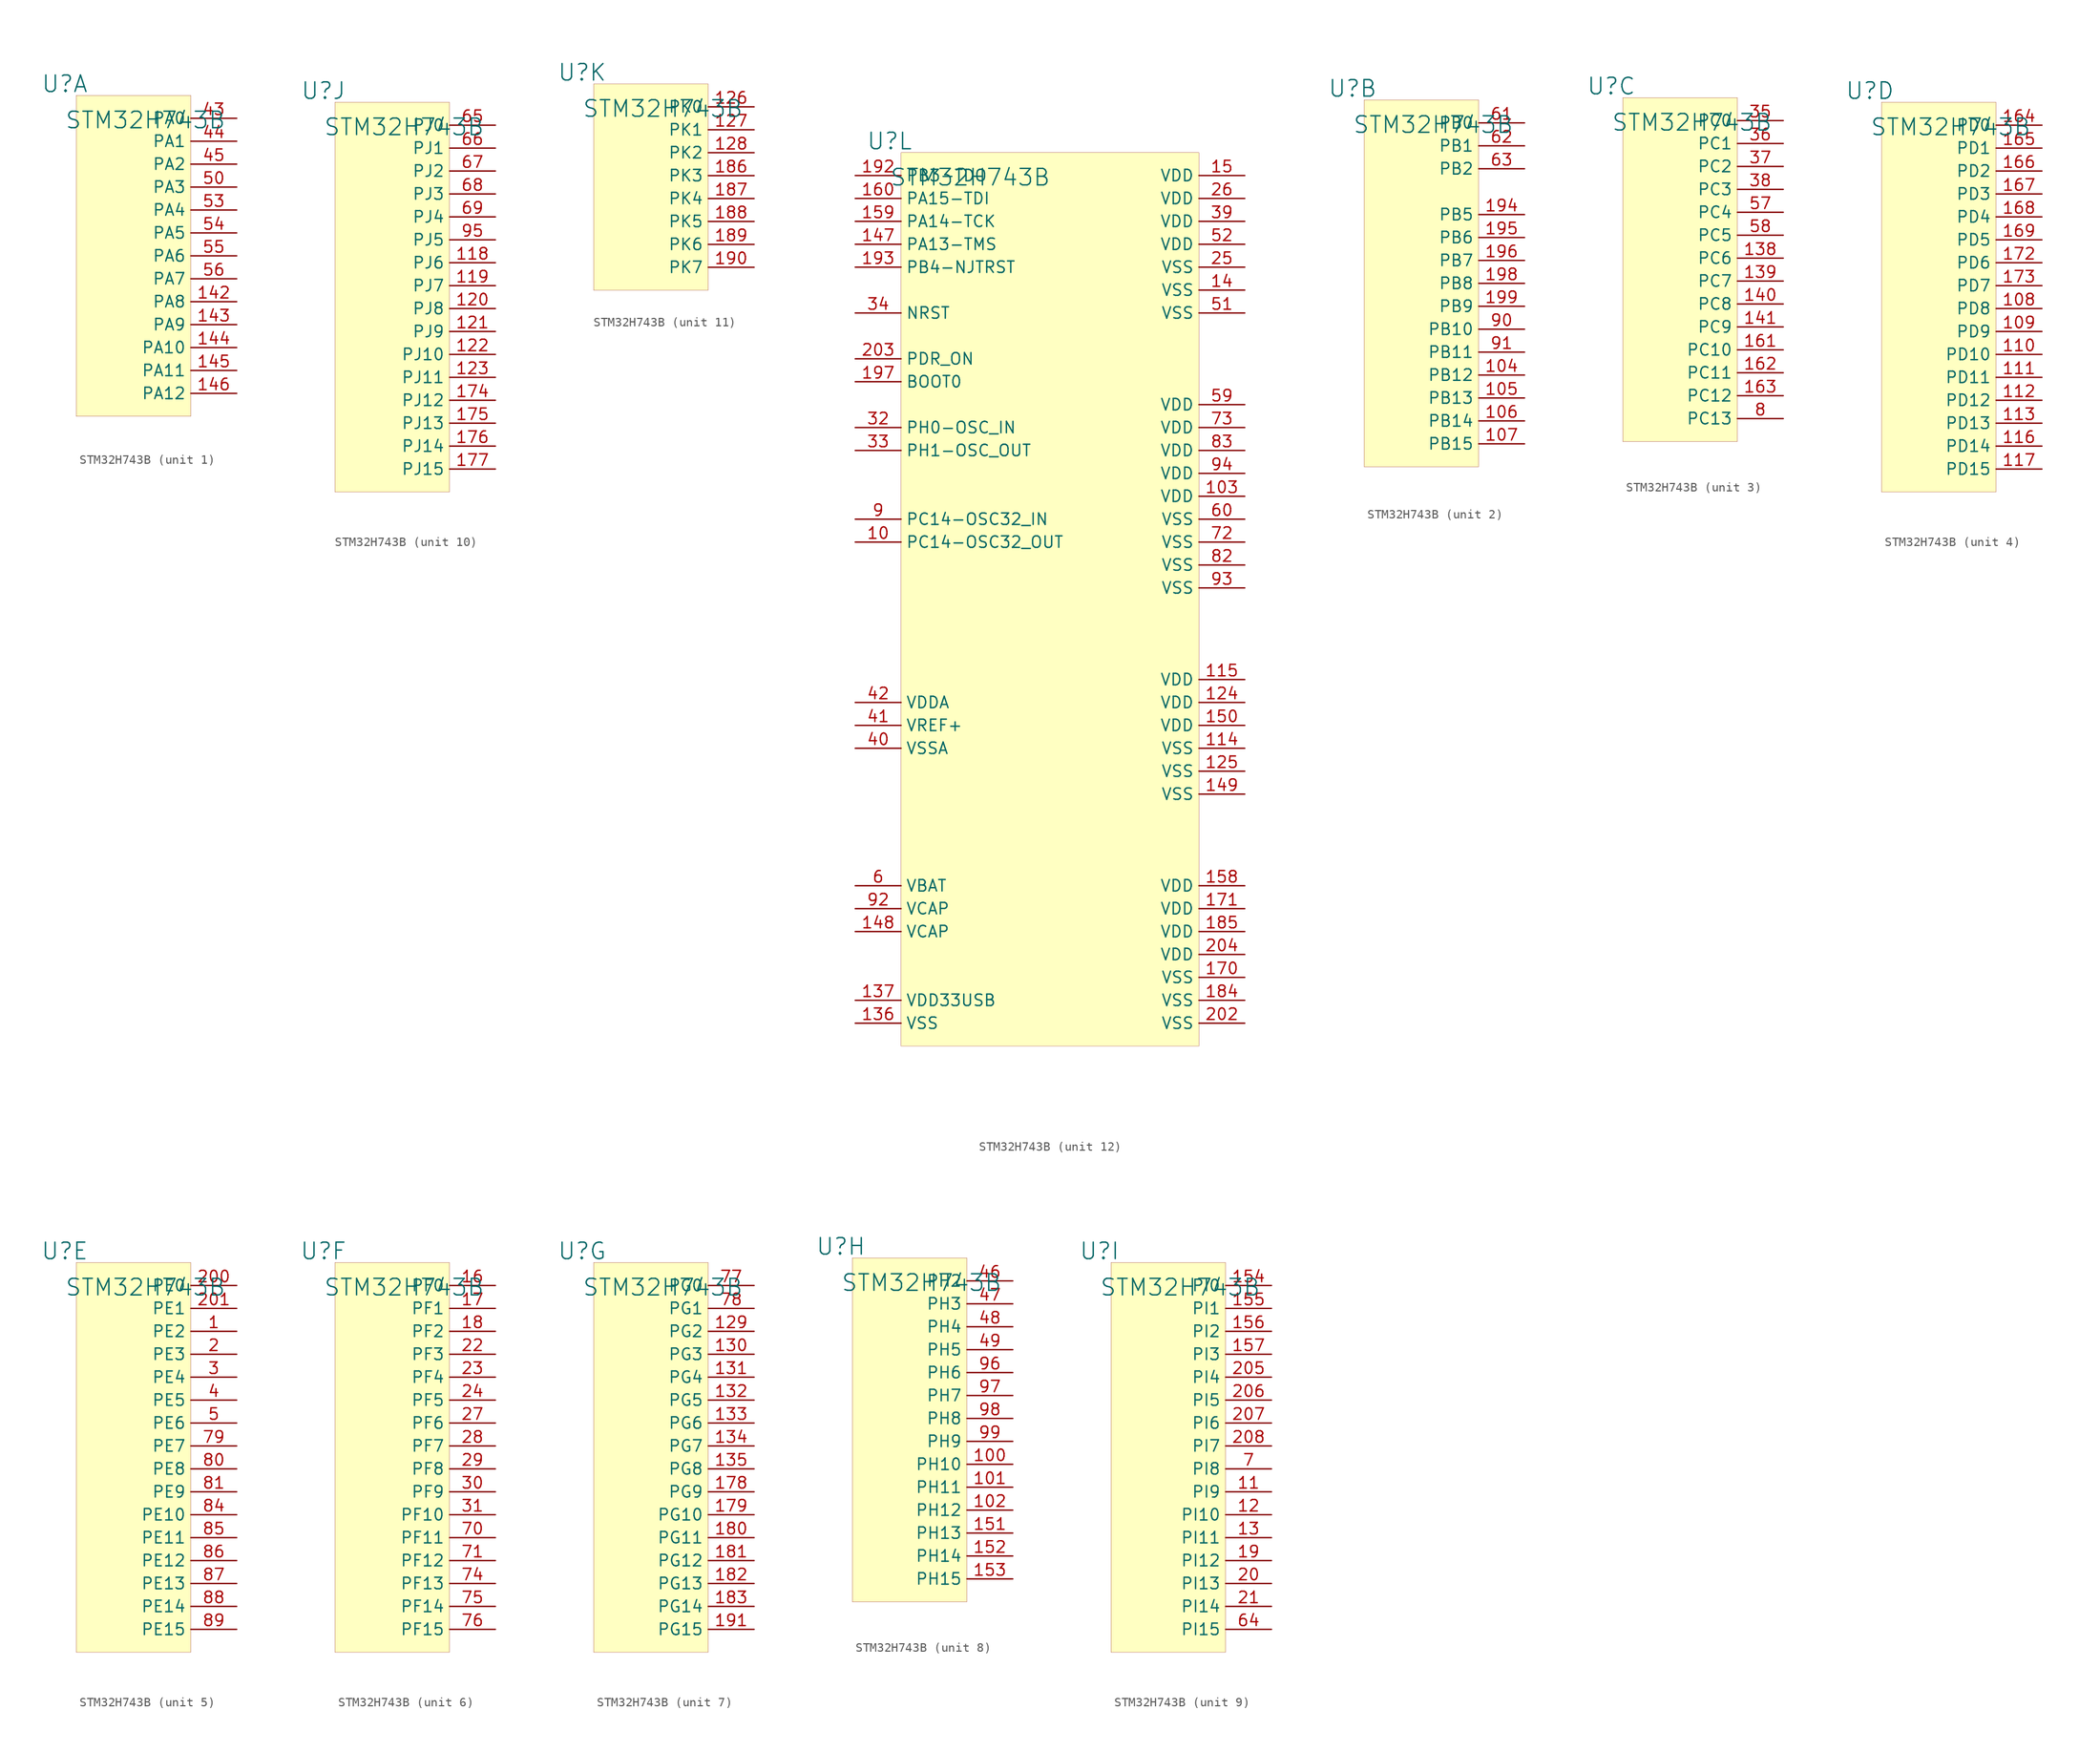
<source format=kicad_sym>
(kicad_symbol_lib
  (version 20231120)
  (generator "kicad_symbol_editor")
  (generator_version "8.0")
  (symbol "STM32H743B"
    (property "Reference" "U"
      (at -1.27 1.27 0)
      (effects (font (size 1.829 1.829))))
    (property "Value" "STM32H743B"
      (at -1.27 -3.81 0)
      (effects (font (size 1.829 1.829)) (justify left bottom)))
    (symbol "STM32H743B_1_0"
      (rectangle (start 12.7 0) (end 0 -35.56) (stroke (width 0.025) (type solid) (color 128 0 0 1)) (fill (type background)))
      (pin passive line (at 17.78 -22.86 180) (length 5.08) (name "PA8" (effects (font (size 1.27 1.27)))) (number "142" (effects (font (size 1.27 1.27)))))
      (pin passive line (at 17.78 -25.4 180) (length 5.08) (name "PA9" (effects (font (size 1.27 1.27)))) (number "143" (effects (font (size 1.27 1.27)))))
      (pin passive line (at 17.78 -27.94 180) (length 5.08) (name "PA10" (effects (font (size 1.27 1.27)))) (number "144" (effects (font (size 1.27 1.27)))))
      (pin passive line (at 17.78 -30.48 180) (length 5.08) (name "PA11" (effects (font (size 1.27 1.27)))) (number "145" (effects (font (size 1.27 1.27)))))
      (pin passive line (at 17.78 -33.02 180) (length 5.08) (name "PA12" (effects (font (size 1.27 1.27)))) (number "146" (effects (font (size 1.27 1.27)))))
      (pin passive line (at 17.78 -2.54 180) (length 5.08) (name "PA0" (effects (font (size 1.27 1.27)))) (number "43" (effects (font (size 1.27 1.27)))))
      (pin passive line (at 17.78 -5.08 180) (length 5.08) (name "PA1" (effects (font (size 1.27 1.27)))) (number "44" (effects (font (size 1.27 1.27)))))
      (pin passive line (at 17.78 -7.62 180) (length 5.08) (name "PA2" (effects (font (size 1.27 1.27)))) (number "45" (effects (font (size 1.27 1.27)))))
      (pin passive line (at 17.78 -10.16 180) (length 5.08) (name "PA3" (effects (font (size 1.27 1.27)))) (number "50" (effects (font (size 1.27 1.27)))))
      (pin passive line (at 17.78 -12.7 180) (length 5.08) (name "PA4" (effects (font (size 1.27 1.27)))) (number "53" (effects (font (size 1.27 1.27)))))
      (pin passive line (at 17.78 -15.24 180) (length 5.08) (name "PA5" (effects (font (size 1.27 1.27)))) (number "54" (effects (font (size 1.27 1.27)))))
      (pin passive line (at 17.78 -17.78 180) (length 5.08) (name "PA6" (effects (font (size 1.27 1.27)))) (number "55" (effects (font (size 1.27 1.27)))))
      (pin passive line (at 17.78 -20.32 180) (length 5.08) (name "PA7" (effects (font (size 1.27 1.27)))) (number "56" (effects (font (size 1.27 1.27))))))
    (symbol "STM32H743B_2_0"
      (rectangle (start 12.7 0) (end 0 -40.64) (stroke (width 0.025) (type solid) (color 128 0 0 1)) (fill (type background)))
      (pin passive line (at 17.78 -30.48 180) (length 5.08) (name "PB12" (effects (font (size 1.27 1.27)))) (number "104" (effects (font (size 1.27 1.27)))))
      (pin passive line (at 17.78 -33.02 180) (length 5.08) (name "PB13" (effects (font (size 1.27 1.27)))) (number "105" (effects (font (size 1.27 1.27)))))
      (pin passive line (at 17.78 -35.56 180) (length 5.08) (name "PB14" (effects (font (size 1.27 1.27)))) (number "106" (effects (font (size 1.27 1.27)))))
      (pin passive line (at 17.78 -38.1 180) (length 5.08) (name "PB15" (effects (font (size 1.27 1.27)))) (number "107" (effects (font (size 1.27 1.27)))))
      (pin passive line (at 17.78 -12.7 180) (length 5.08) (name "PB5" (effects (font (size 1.27 1.27)))) (number "194" (effects (font (size 1.27 1.27)))))
      (pin passive line (at 17.78 -15.24 180) (length 5.08) (name "PB6" (effects (font (size 1.27 1.27)))) (number "195" (effects (font (size 1.27 1.27)))))
      (pin passive line (at 17.78 -17.78 180) (length 5.08) (name "PB7" (effects (font (size 1.27 1.27)))) (number "196" (effects (font (size 1.27 1.27)))))
      (pin passive line (at 17.78 -20.32 180) (length 5.08) (name "PB8" (effects (font (size 1.27 1.27)))) (number "198" (effects (font (size 1.27 1.27)))))
      (pin passive line (at 17.78 -22.86 180) (length 5.08) (name "PB9" (effects (font (size 1.27 1.27)))) (number "199" (effects (font (size 1.27 1.27)))))
      (pin passive line (at 17.78 -2.54 180) (length 5.08) (name "PB0" (effects (font (size 1.27 1.27)))) (number "61" (effects (font (size 1.27 1.27)))))
      (pin passive line (at 17.78 -5.08 180) (length 5.08) (name "PB1" (effects (font (size 1.27 1.27)))) (number "62" (effects (font (size 1.27 1.27)))))
      (pin passive line (at 17.78 -7.62 180) (length 5.08) (name "PB2" (effects (font (size 1.27 1.27)))) (number "63" (effects (font (size 1.27 1.27)))))
      (pin passive line (at 17.78 -25.4 180) (length 5.08) (name "PB10" (effects (font (size 1.27 1.27)))) (number "90" (effects (font (size 1.27 1.27)))))
      (pin passive line (at 17.78 -27.94 180) (length 5.08) (name "PB11" (effects (font (size 1.27 1.27)))) (number "91" (effects (font (size 1.27 1.27))))))
    (symbol "STM32H743B_3_0"
      (rectangle (start 12.7 0) (end 0 -38.1) (stroke (width 0.025) (type solid) (color 128 0 0 1)) (fill (type background)))
      (pin passive line (at 17.78 -17.78 180) (length 5.08) (name "PC6" (effects (font (size 1.27 1.27)))) (number "138" (effects (font (size 1.27 1.27)))))
      (pin passive line (at 17.78 -20.32 180) (length 5.08) (name "PC7" (effects (font (size 1.27 1.27)))) (number "139" (effects (font (size 1.27 1.27)))))
      (pin passive line (at 17.78 -22.86 180) (length 5.08) (name "PC8" (effects (font (size 1.27 1.27)))) (number "140" (effects (font (size 1.27 1.27)))))
      (pin passive line (at 17.78 -25.4 180) (length 5.08) (name "PC9" (effects (font (size 1.27 1.27)))) (number "141" (effects (font (size 1.27 1.27)))))
      (pin passive line (at 17.78 -27.94 180) (length 5.08) (name "PC10" (effects (font (size 1.27 1.27)))) (number "161" (effects (font (size 1.27 1.27)))))
      (pin passive line (at 17.78 -30.48 180) (length 5.08) (name "PC11" (effects (font (size 1.27 1.27)))) (number "162" (effects (font (size 1.27 1.27)))))
      (pin passive line (at 17.78 -33.02 180) (length 5.08) (name "PC12" (effects (font (size 1.27 1.27)))) (number "163" (effects (font (size 1.27 1.27)))))
      (pin passive line (at 17.78 -2.54 180) (length 5.08) (name "PC0" (effects (font (size 1.27 1.27)))) (number "35" (effects (font (size 1.27 1.27)))))
      (pin passive line (at 17.78 -5.08 180) (length 5.08) (name "PC1" (effects (font (size 1.27 1.27)))) (number "36" (effects (font (size 1.27 1.27)))))
      (pin passive line (at 17.78 -7.62 180) (length 5.08) (name "PC2" (effects (font (size 1.27 1.27)))) (number "37" (effects (font (size 1.27 1.27)))))
      (pin passive line (at 17.78 -10.16 180) (length 5.08) (name "PC3" (effects (font (size 1.27 1.27)))) (number "38" (effects (font (size 1.27 1.27)))))
      (pin passive line (at 17.78 -12.7 180) (length 5.08) (name "PC4" (effects (font (size 1.27 1.27)))) (number "57" (effects (font (size 1.27 1.27)))))
      (pin passive line (at 17.78 -15.24 180) (length 5.08) (name "PC5" (effects (font (size 1.27 1.27)))) (number "58" (effects (font (size 1.27 1.27)))))
      (pin passive line (at 17.78 -35.56 180) (length 5.08) (name "PC13" (effects (font (size 1.27 1.27)))) (number "8" (effects (font (size 1.27 1.27))))))
    (symbol "STM32H743B_4_0"
      (rectangle (start 12.7 0) (end 0 -43.18) (stroke (width 0.025) (type solid) (color 128 0 0 1)) (fill (type background)))
      (pin passive line (at 17.78 -22.86 180) (length 5.08) (name "PD8" (effects (font (size 1.27 1.27)))) (number "108" (effects (font (size 1.27 1.27)))))
      (pin passive line (at 17.78 -25.4 180) (length 5.08) (name "PD9" (effects (font (size 1.27 1.27)))) (number "109" (effects (font (size 1.27 1.27)))))
      (pin passive line (at 17.78 -27.94 180) (length 5.08) (name "PD10" (effects (font (size 1.27 1.27)))) (number "110" (effects (font (size 1.27 1.27)))))
      (pin passive line (at 17.78 -30.48 180) (length 5.08) (name "PD11" (effects (font (size 1.27 1.27)))) (number "111" (effects (font (size 1.27 1.27)))))
      (pin passive line (at 17.78 -33.02 180) (length 5.08) (name "PD12" (effects (font (size 1.27 1.27)))) (number "112" (effects (font (size 1.27 1.27)))))
      (pin passive line (at 17.78 -35.56 180) (length 5.08) (name "PD13" (effects (font (size 1.27 1.27)))) (number "113" (effects (font (size 1.27 1.27)))))
      (pin passive line (at 17.78 -38.1 180) (length 5.08) (name "PD14" (effects (font (size 1.27 1.27)))) (number "116" (effects (font (size 1.27 1.27)))))
      (pin passive line (at 17.78 -40.64 180) (length 5.08) (name "PD15" (effects (font (size 1.27 1.27)))) (number "117" (effects (font (size 1.27 1.27)))))
      (pin passive line (at 17.78 -2.54 180) (length 5.08) (name "PD0" (effects (font (size 1.27 1.27)))) (number "164" (effects (font (size 1.27 1.27)))))
      (pin passive line (at 17.78 -5.08 180) (length 5.08) (name "PD1" (effects (font (size 1.27 1.27)))) (number "165" (effects (font (size 1.27 1.27)))))
      (pin passive line (at 17.78 -7.62 180) (length 5.08) (name "PD2" (effects (font (size 1.27 1.27)))) (number "166" (effects (font (size 1.27 1.27)))))
      (pin passive line (at 17.78 -10.16 180) (length 5.08) (name "PD3" (effects (font (size 1.27 1.27)))) (number "167" (effects (font (size 1.27 1.27)))))
      (pin passive line (at 17.78 -12.7 180) (length 5.08) (name "PD4" (effects (font (size 1.27 1.27)))) (number "168" (effects (font (size 1.27 1.27)))))
      (pin passive line (at 17.78 -15.24 180) (length 5.08) (name "PD5" (effects (font (size 1.27 1.27)))) (number "169" (effects (font (size 1.27 1.27)))))
      (pin passive line (at 17.78 -17.78 180) (length 5.08) (name "PD6" (effects (font (size 1.27 1.27)))) (number "172" (effects (font (size 1.27 1.27)))))
      (pin passive line (at 17.78 -20.32 180) (length 5.08) (name "PD7" (effects (font (size 1.27 1.27)))) (number "173" (effects (font (size 1.27 1.27))))))
    (symbol "STM32H743B_5_0"
      (rectangle (start 12.7 0) (end 0 -43.18) (stroke (width 0.025) (type solid) (color 128 0 0 1)) (fill (type background)))
      (pin passive line (at 17.78 -7.62 180) (length 5.08) (name "PE2" (effects (font (size 1.27 1.27)))) (number "1" (effects (font (size 1.27 1.27)))))
      (pin passive line (at 17.78 -10.16 180) (length 5.08) (name "PE3" (effects (font (size 1.27 1.27)))) (number "2" (effects (font (size 1.27 1.27)))))
      (pin passive line (at 17.78 -2.54 180) (length 5.08) (name "PE0" (effects (font (size 1.27 1.27)))) (number "200" (effects (font (size 1.27 1.27)))))
      (pin passive line (at 17.78 -5.08 180) (length 5.08) (name "PE1" (effects (font (size 1.27 1.27)))) (number "201" (effects (font (size 1.27 1.27)))))
      (pin passive line (at 17.78 -12.7 180) (length 5.08) (name "PE4" (effects (font (size 1.27 1.27)))) (number "3" (effects (font (size 1.27 1.27)))))
      (pin passive line (at 17.78 -15.24 180) (length 5.08) (name "PE5" (effects (font (size 1.27 1.27)))) (number "4" (effects (font (size 1.27 1.27)))))
      (pin passive line (at 17.78 -17.78 180) (length 5.08) (name "PE6" (effects (font (size 1.27 1.27)))) (number "5" (effects (font (size 1.27 1.27)))))
      (pin passive line (at 17.78 -20.32 180) (length 5.08) (name "PE7" (effects (font (size 1.27 1.27)))) (number "79" (effects (font (size 1.27 1.27)))))
      (pin passive line (at 17.78 -22.86 180) (length 5.08) (name "PE8" (effects (font (size 1.27 1.27)))) (number "80" (effects (font (size 1.27 1.27)))))
      (pin passive line (at 17.78 -25.4 180) (length 5.08) (name "PE9" (effects (font (size 1.27 1.27)))) (number "81" (effects (font (size 1.27 1.27)))))
      (pin passive line (at 17.78 -27.94 180) (length 5.08) (name "PE10" (effects (font (size 1.27 1.27)))) (number "84" (effects (font (size 1.27 1.27)))))
      (pin passive line (at 17.78 -30.48 180) (length 5.08) (name "PE11" (effects (font (size 1.27 1.27)))) (number "85" (effects (font (size 1.27 1.27)))))
      (pin passive line (at 17.78 -33.02 180) (length 5.08) (name "PE12" (effects (font (size 1.27 1.27)))) (number "86" (effects (font (size 1.27 1.27)))))
      (pin passive line (at 17.78 -35.56 180) (length 5.08) (name "PE13" (effects (font (size 1.27 1.27)))) (number "87" (effects (font (size 1.27 1.27)))))
      (pin passive line (at 17.78 -38.1 180) (length 5.08) (name "PE14" (effects (font (size 1.27 1.27)))) (number "88" (effects (font (size 1.27 1.27)))))
      (pin passive line (at 17.78 -40.64 180) (length 5.08) (name "PE15" (effects (font (size 1.27 1.27)))) (number "89" (effects (font (size 1.27 1.27))))))
    (symbol "STM32H743B_6_0"
      (rectangle (start 12.7 0) (end 0 -43.18) (stroke (width 0.025) (type solid) (color 128 0 0 1)) (fill (type background)))
      (pin passive line (at 17.78 -2.54 180) (length 5.08) (name "PF0" (effects (font (size 1.27 1.27)))) (number "16" (effects (font (size 1.27 1.27)))))
      (pin passive line (at 17.78 -5.08 180) (length 5.08) (name "PF1" (effects (font (size 1.27 1.27)))) (number "17" (effects (font (size 1.27 1.27)))))
      (pin passive line (at 17.78 -7.62 180) (length 5.08) (name "PF2" (effects (font (size 1.27 1.27)))) (number "18" (effects (font (size 1.27 1.27)))))
      (pin passive line (at 17.78 -10.16 180) (length 5.08) (name "PF3" (effects (font (size 1.27 1.27)))) (number "22" (effects (font (size 1.27 1.27)))))
      (pin passive line (at 17.78 -12.7 180) (length 5.08) (name "PF4" (effects (font (size 1.27 1.27)))) (number "23" (effects (font (size 1.27 1.27)))))
      (pin passive line (at 17.78 -15.24 180) (length 5.08) (name "PF5" (effects (font (size 1.27 1.27)))) (number "24" (effects (font (size 1.27 1.27)))))
      (pin passive line (at 17.78 -17.78 180) (length 5.08) (name "PF6" (effects (font (size 1.27 1.27)))) (number "27" (effects (font (size 1.27 1.27)))))
      (pin passive line (at 17.78 -20.32 180) (length 5.08) (name "PF7" (effects (font (size 1.27 1.27)))) (number "28" (effects (font (size 1.27 1.27)))))
      (pin passive line (at 17.78 -22.86 180) (length 5.08) (name "PF8" (effects (font (size 1.27 1.27)))) (number "29" (effects (font (size 1.27 1.27)))))
      (pin passive line (at 17.78 -25.4 180) (length 5.08) (name "PF9" (effects (font (size 1.27 1.27)))) (number "30" (effects (font (size 1.27 1.27)))))
      (pin passive line (at 17.78 -27.94 180) (length 5.08) (name "PF10" (effects (font (size 1.27 1.27)))) (number "31" (effects (font (size 1.27 1.27)))))
      (pin passive line (at 17.78 -30.48 180) (length 5.08) (name "PF11" (effects (font (size 1.27 1.27)))) (number "70" (effects (font (size 1.27 1.27)))))
      (pin passive line (at 17.78 -33.02 180) (length 5.08) (name "PF12" (effects (font (size 1.27 1.27)))) (number "71" (effects (font (size 1.27 1.27)))))
      (pin passive line (at 17.78 -35.56 180) (length 5.08) (name "PF13" (effects (font (size 1.27 1.27)))) (number "74" (effects (font (size 1.27 1.27)))))
      (pin passive line (at 17.78 -38.1 180) (length 5.08) (name "PF14" (effects (font (size 1.27 1.27)))) (number "75" (effects (font (size 1.27 1.27)))))
      (pin passive line (at 17.78 -40.64 180) (length 5.08) (name "PF15" (effects (font (size 1.27 1.27)))) (number "76" (effects (font (size 1.27 1.27))))))
    (symbol "STM32H743B_7_0"
      (rectangle (start 12.7 0) (end 0 -43.18) (stroke (width 0.025) (type solid) (color 128 0 0 1)) (fill (type background)))
      (pin passive line (at 17.78 -7.62 180) (length 5.08) (name "PG2" (effects (font (size 1.27 1.27)))) (number "129" (effects (font (size 1.27 1.27)))))
      (pin passive line (at 17.78 -10.16 180) (length 5.08) (name "PG3" (effects (font (size 1.27 1.27)))) (number "130" (effects (font (size 1.27 1.27)))))
      (pin passive line (at 17.78 -12.7 180) (length 5.08) (name "PG4" (effects (font (size 1.27 1.27)))) (number "131" (effects (font (size 1.27 1.27)))))
      (pin passive line (at 17.78 -15.24 180) (length 5.08) (name "PG5" (effects (font (size 1.27 1.27)))) (number "132" (effects (font (size 1.27 1.27)))))
      (pin passive line (at 17.78 -17.78 180) (length 5.08) (name "PG6" (effects (font (size 1.27 1.27)))) (number "133" (effects (font (size 1.27 1.27)))))
      (pin passive line (at 17.78 -20.32 180) (length 5.08) (name "PG7" (effects (font (size 1.27 1.27)))) (number "134" (effects (font (size 1.27 1.27)))))
      (pin passive line (at 17.78 -22.86 180) (length 5.08) (name "PG8" (effects (font (size 1.27 1.27)))) (number "135" (effects (font (size 1.27 1.27)))))
      (pin passive line (at 17.78 -25.4 180) (length 5.08) (name "PG9" (effects (font (size 1.27 1.27)))) (number "178" (effects (font (size 1.27 1.27)))))
      (pin passive line (at 17.78 -27.94 180) (length 5.08) (name "PG10" (effects (font (size 1.27 1.27)))) (number "179" (effects (font (size 1.27 1.27)))))
      (pin passive line (at 17.78 -30.48 180) (length 5.08) (name "PG11" (effects (font (size 1.27 1.27)))) (number "180" (effects (font (size 1.27 1.27)))))
      (pin passive line (at 17.78 -33.02 180) (length 5.08) (name "PG12" (effects (font (size 1.27 1.27)))) (number "181" (effects (font (size 1.27 1.27)))))
      (pin passive line (at 17.78 -35.56 180) (length 5.08) (name "PG13" (effects (font (size 1.27 1.27)))) (number "182" (effects (font (size 1.27 1.27)))))
      (pin passive line (at 17.78 -38.1 180) (length 5.08) (name "PG14" (effects (font (size 1.27 1.27)))) (number "183" (effects (font (size 1.27 1.27)))))
      (pin passive line (at 17.78 -40.64 180) (length 5.08) (name "PG15" (effects (font (size 1.27 1.27)))) (number "191" (effects (font (size 1.27 1.27)))))
      (pin passive line (at 17.78 -2.54 180) (length 5.08) (name "PG0" (effects (font (size 1.27 1.27)))) (number "77" (effects (font (size 1.27 1.27)))))
      (pin passive line (at 17.78 -5.08 180) (length 5.08) (name "PG1" (effects (font (size 1.27 1.27)))) (number "78" (effects (font (size 1.27 1.27))))))
    (symbol "STM32H743B_8_0"
      (rectangle (start 12.7 0) (end 0 -38.1) (stroke (width 0.025) (type solid) (color 128 0 0 1)) (fill (type background)))
      (pin passive line (at 17.78 -22.86 180) (length 5.08) (name "PH10" (effects (font (size 1.27 1.27)))) (number "100" (effects (font (size 1.27 1.27)))))
      (pin passive line (at 17.78 -25.4 180) (length 5.08) (name "PH11" (effects (font (size 1.27 1.27)))) (number "101" (effects (font (size 1.27 1.27)))))
      (pin passive line (at 17.78 -27.94 180) (length 5.08) (name "PH12" (effects (font (size 1.27 1.27)))) (number "102" (effects (font (size 1.27 1.27)))))
      (pin passive line (at 17.78 -30.48 180) (length 5.08) (name "PH13" (effects (font (size 1.27 1.27)))) (number "151" (effects (font (size 1.27 1.27)))))
      (pin passive line (at 17.78 -33.02 180) (length 5.08) (name "PH14" (effects (font (size 1.27 1.27)))) (number "152" (effects (font (size 1.27 1.27)))))
      (pin passive line (at 17.78 -35.56 180) (length 5.08) (name "PH15" (effects (font (size 1.27 1.27)))) (number "153" (effects (font (size 1.27 1.27)))))
      (pin passive line (at 17.78 -2.54 180) (length 5.08) (name "PH2" (effects (font (size 1.27 1.27)))) (number "46" (effects (font (size 1.27 1.27)))))
      (pin passive line (at 17.78 -5.08 180) (length 5.08) (name "PH3" (effects (font (size 1.27 1.27)))) (number "47" (effects (font (size 1.27 1.27)))))
      (pin passive line (at 17.78 -7.62 180) (length 5.08) (name "PH4" (effects (font (size 1.27 1.27)))) (number "48" (effects (font (size 1.27 1.27)))))
      (pin passive line (at 17.78 -10.16 180) (length 5.08) (name "PH5" (effects (font (size 1.27 1.27)))) (number "49" (effects (font (size 1.27 1.27)))))
      (pin passive line (at 17.78 -12.7 180) (length 5.08) (name "PH6" (effects (font (size 1.27 1.27)))) (number "96" (effects (font (size 1.27 1.27)))))
      (pin passive line (at 17.78 -15.24 180) (length 5.08) (name "PH7" (effects (font (size 1.27 1.27)))) (number "97" (effects (font (size 1.27 1.27)))))
      (pin passive line (at 17.78 -17.78 180) (length 5.08) (name "PH8" (effects (font (size 1.27 1.27)))) (number "98" (effects (font (size 1.27 1.27)))))
      (pin passive line (at 17.78 -20.32 180) (length 5.08) (name "PH9" (effects (font (size 1.27 1.27)))) (number "99" (effects (font (size 1.27 1.27))))))
    (symbol "STM32H743B_9_0"
      (rectangle (start 12.7 0) (end 0 -43.18) (stroke (width 0.025) (type solid) (color 128 0 0 1)) (fill (type background)))
      (pin passive line (at 17.78 -25.4 180) (length 5.08) (name "PI9" (effects (font (size 1.27 1.27)))) (number "11" (effects (font (size 1.27 1.27)))))
      (pin passive line (at 17.78 -27.94 180) (length 5.08) (name "PI10" (effects (font (size 1.27 1.27)))) (number "12" (effects (font (size 1.27 1.27)))))
      (pin passive line (at 17.78 -30.48 180) (length 5.08) (name "PI11" (effects (font (size 1.27 1.27)))) (number "13" (effects (font (size 1.27 1.27)))))
      (pin passive line (at 17.78 -2.54 180) (length 5.08) (name "PI0" (effects (font (size 1.27 1.27)))) (number "154" (effects (font (size 1.27 1.27)))))
      (pin passive line (at 17.78 -5.08 180) (length 5.08) (name "PI1" (effects (font (size 1.27 1.27)))) (number "155" (effects (font (size 1.27 1.27)))))
      (pin passive line (at 17.78 -7.62 180) (length 5.08) (name "PI2" (effects (font (size 1.27 1.27)))) (number "156" (effects (font (size 1.27 1.27)))))
      (pin passive line (at 17.78 -10.16 180) (length 5.08) (name "PI3" (effects (font (size 1.27 1.27)))) (number "157" (effects (font (size 1.27 1.27)))))
      (pin passive line (at 17.78 -33.02 180) (length 5.08) (name "PI12" (effects (font (size 1.27 1.27)))) (number "19" (effects (font (size 1.27 1.27)))))
      (pin passive line (at 17.78 -35.56 180) (length 5.08) (name "PI13" (effects (font (size 1.27 1.27)))) (number "20" (effects (font (size 1.27 1.27)))))
      (pin passive line (at 17.78 -12.7 180) (length 5.08) (name "PI4" (effects (font (size 1.27 1.27)))) (number "205" (effects (font (size 1.27 1.27)))))
      (pin passive line (at 17.78 -15.24 180) (length 5.08) (name "PI5" (effects (font (size 1.27 1.27)))) (number "206" (effects (font (size 1.27 1.27)))))
      (pin passive line (at 17.78 -17.78 180) (length 5.08) (name "PI6" (effects (font (size 1.27 1.27)))) (number "207" (effects (font (size 1.27 1.27)))))
      (pin passive line (at 17.78 -20.32 180) (length 5.08) (name "PI7" (effects (font (size 1.27 1.27)))) (number "208" (effects (font (size 1.27 1.27)))))
      (pin passive line (at 17.78 -38.1 180) (length 5.08) (name "PI14" (effects (font (size 1.27 1.27)))) (number "21" (effects (font (size 1.27 1.27)))))
      (pin passive line (at 17.78 -40.64 180) (length 5.08) (name "PI15" (effects (font (size 1.27 1.27)))) (number "64" (effects (font (size 1.27 1.27)))))
      (pin passive line (at 17.78 -22.86 180) (length 5.08) (name "PI8" (effects (font (size 1.27 1.27)))) (number "7" (effects (font (size 1.27 1.27))))))
    (symbol "STM32H743B_10_0"
      (rectangle (start 12.7 0) (end 0 -43.18) (stroke (width 0.025) (type solid) (color 128 0 0 1)) (fill (type background)))
      (pin passive line (at 17.78 -17.78 180) (length 5.08) (name "PJ6" (effects (font (size 1.27 1.27)))) (number "118" (effects (font (size 1.27 1.27)))))
      (pin passive line (at 17.78 -20.32 180) (length 5.08) (name "PJ7" (effects (font (size 1.27 1.27)))) (number "119" (effects (font (size 1.27 1.27)))))
      (pin passive line (at 17.78 -22.86 180) (length 5.08) (name "PJ8" (effects (font (size 1.27 1.27)))) (number "120" (effects (font (size 1.27 1.27)))))
      (pin passive line (at 17.78 -25.4 180) (length 5.08) (name "PJ9" (effects (font (size 1.27 1.27)))) (number "121" (effects (font (size 1.27 1.27)))))
      (pin passive line (at 17.78 -27.94 180) (length 5.08) (name "PJ10" (effects (font (size 1.27 1.27)))) (number "122" (effects (font (size 1.27 1.27)))))
      (pin passive line (at 17.78 -30.48 180) (length 5.08) (name "PJ11" (effects (font (size 1.27 1.27)))) (number "123" (effects (font (size 1.27 1.27)))))
      (pin passive line (at 17.78 -33.02 180) (length 5.08) (name "PJ12" (effects (font (size 1.27 1.27)))) (number "174" (effects (font (size 1.27 1.27)))))
      (pin passive line (at 17.78 -35.56 180) (length 5.08) (name "PJ13" (effects (font (size 1.27 1.27)))) (number "175" (effects (font (size 1.27 1.27)))))
      (pin passive line (at 17.78 -38.1 180) (length 5.08) (name "PJ14" (effects (font (size 1.27 1.27)))) (number "176" (effects (font (size 1.27 1.27)))))
      (pin passive line (at 17.78 -40.64 180) (length 5.08) (name "PJ15" (effects (font (size 1.27 1.27)))) (number "177" (effects (font (size 1.27 1.27)))))
      (pin passive line (at 17.78 -2.54 180) (length 5.08) (name "PJ0" (effects (font (size 1.27 1.27)))) (number "65" (effects (font (size 1.27 1.27)))))
      (pin passive line (at 17.78 -5.08 180) (length 5.08) (name "PJ1" (effects (font (size 1.27 1.27)))) (number "66" (effects (font (size 1.27 1.27)))))
      (pin passive line (at 17.78 -7.62 180) (length 5.08) (name "PJ2" (effects (font (size 1.27 1.27)))) (number "67" (effects (font (size 1.27 1.27)))))
      (pin passive line (at 17.78 -10.16 180) (length 5.08) (name "PJ3" (effects (font (size 1.27 1.27)))) (number "68" (effects (font (size 1.27 1.27)))))
      (pin passive line (at 17.78 -12.7 180) (length 5.08) (name "PJ4" (effects (font (size 1.27 1.27)))) (number "69" (effects (font (size 1.27 1.27)))))
      (pin passive line (at 17.78 -15.24 180) (length 5.08) (name "PJ5" (effects (font (size 1.27 1.27)))) (number "95" (effects (font (size 1.27 1.27))))))
    (symbol "STM32H743B_11_0"
      (rectangle (start 12.7 0) (end 0 -22.86) (stroke (width 0.025) (type solid) (color 128 0 0 1)) (fill (type background)))
      (pin passive line (at 17.78 -2.54 180) (length 5.08) (name "PK0" (effects (font (size 1.27 1.27)))) (number "126" (effects (font (size 1.27 1.27)))))
      (pin passive line (at 17.78 -5.08 180) (length 5.08) (name "PK1" (effects (font (size 1.27 1.27)))) (number "127" (effects (font (size 1.27 1.27)))))
      (pin passive line (at 17.78 -7.62 180) (length 5.08) (name "PK2" (effects (font (size 1.27 1.27)))) (number "128" (effects (font (size 1.27 1.27)))))
      (pin passive line (at 17.78 -10.16 180) (length 5.08) (name "PK3" (effects (font (size 1.27 1.27)))) (number "186" (effects (font (size 1.27 1.27)))))
      (pin passive line (at 17.78 -12.7 180) (length 5.08) (name "PK4" (effects (font (size 1.27 1.27)))) (number "187" (effects (font (size 1.27 1.27)))))
      (pin passive line (at 17.78 -15.24 180) (length 5.08) (name "PK5" (effects (font (size 1.27 1.27)))) (number "188" (effects (font (size 1.27 1.27)))))
      (pin passive line (at 17.78 -17.78 180) (length 5.08) (name "PK6" (effects (font (size 1.27 1.27)))) (number "189" (effects (font (size 1.27 1.27)))))
      (pin passive line (at 17.78 -20.32 180) (length 5.08) (name "PK7" (effects (font (size 1.27 1.27)))) (number "190" (effects (font (size 1.27 1.27))))))
    (symbol "STM32H743B_12_0"
      (rectangle (start 33.02 0) (end 0 -99.06) (stroke (width 0.025) (type solid) (color 128 0 0 1)) (fill (type background)))
      (pin passive line (at -5.08 -43.18 0) (length 5.08) (name "PC14-OSC32_OUT" (effects (font (size 1.27 1.27)))) (number "10" (effects (font (size 1.27 1.27)))))
      (pin passive line (at 38.1 -38.1 180) (length 5.08) (name "VDD" (effects (font (size 1.27 1.27)))) (number "103" (effects (font (size 1.27 1.27)))))
      (pin passive line (at 38.1 -66.04 180) (length 5.08) (name "VSS" (effects (font (size 1.27 1.27)))) (number "114" (effects (font (size 1.27 1.27)))))
      (pin passive line (at 38.1 -58.42 180) (length 5.08) (name "VDD" (effects (font (size 1.27 1.27)))) (number "115" (effects (font (size 1.27 1.27)))))
      (pin passive line (at 38.1 -60.96 180) (length 5.08) (name "VDD" (effects (font (size 1.27 1.27)))) (number "124" (effects (font (size 1.27 1.27)))))
      (pin passive line (at 38.1 -68.58 180) (length 5.08) (name "VSS" (effects (font (size 1.27 1.27)))) (number "125" (effects (font (size 1.27 1.27)))))
      (pin passive line (at -5.08 -96.52 0) (length 5.08) (name "VSS" (effects (font (size 1.27 1.27)))) (number "136" (effects (font (size 1.27 1.27)))))
      (pin passive line (at -5.08 -93.98 0) (length 5.08) (name "VDD33USB" (effects (font (size 1.27 1.27)))) (number "137" (effects (font (size 1.27 1.27)))))
      (pin passive line (at 38.1 -15.24 180) (length 5.08) (name "VSS" (effects (font (size 1.27 1.27)))) (number "14" (effects (font (size 1.27 1.27)))))
      (pin passive line (at -5.08 -10.16 0) (length 5.08) (name "PA13-TMS" (effects (font (size 1.27 1.27)))) (number "147" (effects (font (size 1.27 1.27)))))
      (pin passive line (at -5.08 -86.36 0) (length 5.08) (name "VCAP" (effects (font (size 1.27 1.27)))) (number "148" (effects (font (size 1.27 1.27)))))
      (pin passive line (at 38.1 -71.12 180) (length 5.08) (name "VSS" (effects (font (size 1.27 1.27)))) (number "149" (effects (font (size 1.27 1.27)))))
      (pin passive line (at 38.1 -2.54 180) (length 5.08) (name "VDD" (effects (font (size 1.27 1.27)))) (number "15" (effects (font (size 1.27 1.27)))))
      (pin passive line (at 38.1 -63.5 180) (length 5.08) (name "VDD" (effects (font (size 1.27 1.27)))) (number "150" (effects (font (size 1.27 1.27)))))
      (pin passive line (at 38.1 -81.28 180) (length 5.08) (name "VDD" (effects (font (size 1.27 1.27)))) (number "158" (effects (font (size 1.27 1.27)))))
      (pin passive line (at -5.08 -7.62 0) (length 5.08) (name "PA14-TCK" (effects (font (size 1.27 1.27)))) (number "159" (effects (font (size 1.27 1.27)))))
      (pin passive line (at -5.08 -5.08 0) (length 5.08) (name "PA15-TDI" (effects (font (size 1.27 1.27)))) (number "160" (effects (font (size 1.27 1.27)))))
      (pin passive line (at 38.1 -91.44 180) (length 5.08) (name "VSS" (effects (font (size 1.27 1.27)))) (number "170" (effects (font (size 1.27 1.27)))))
      (pin passive line (at 38.1 -83.82 180) (length 5.08) (name "VDD" (effects (font (size 1.27 1.27)))) (number "171" (effects (font (size 1.27 1.27)))))
      (pin passive line (at 38.1 -93.98 180) (length 5.08) (name "VSS" (effects (font (size 1.27 1.27)))) (number "184" (effects (font (size 1.27 1.27)))))
      (pin passive line (at 38.1 -86.36 180) (length 5.08) (name "VDD" (effects (font (size 1.27 1.27)))) (number "185" (effects (font (size 1.27 1.27)))))
      (pin passive line (at -5.08 -2.54 0) (length 5.08) (name "PB3-TDO" (effects (font (size 1.27 1.27)))) (number "192" (effects (font (size 1.27 1.27)))))
      (pin passive line (at -5.08 -12.7 0) (length 5.08) (name "PB4-NJTRST" (effects (font (size 1.27 1.27)))) (number "193" (effects (font (size 1.27 1.27)))))
      (pin passive line (at -5.08 -25.4 0) (length 5.08) (name "BOOT0" (effects (font (size 1.27 1.27)))) (number "197" (effects (font (size 1.27 1.27)))))
      (pin passive line (at 38.1 -96.52 180) (length 5.08) (name "VSS" (effects (font (size 1.27 1.27)))) (number "202" (effects (font (size 1.27 1.27)))))
      (pin passive line (at -5.08 -22.86 0) (length 5.08) (name "PDR_ON" (effects (font (size 1.27 1.27)))) (number "203" (effects (font (size 1.27 1.27)))))
      (pin passive line (at 38.1 -88.9 180) (length 5.08) (name "VDD" (effects (font (size 1.27 1.27)))) (number "204" (effects (font (size 1.27 1.27)))))
      (pin passive line (at 38.1 -12.7 180) (length 5.08) (name "VSS" (effects (font (size 1.27 1.27)))) (number "25" (effects (font (size 1.27 1.27)))))
      (pin passive line (at 38.1 -5.08 180) (length 5.08) (name "VDD" (effects (font (size 1.27 1.27)))) (number "26" (effects (font (size 1.27 1.27)))))
      (pin passive line (at -5.08 -30.48 0) (length 5.08) (name "PH0-OSC_IN" (effects (font (size 1.27 1.27)))) (number "32" (effects (font (size 1.27 1.27)))))
      (pin passive line (at -5.08 -33.02 0) (length 5.08) (name "PH1-OSC_OUT" (effects (font (size 1.27 1.27)))) (number "33" (effects (font (size 1.27 1.27)))))
      (pin passive line (at -5.08 -17.78 0) (length 5.08) (name "NRST" (effects (font (size 1.27 1.27)))) (number "34" (effects (font (size 1.27 1.27)))))
      (pin passive line (at 38.1 -7.62 180) (length 5.08) (name "VDD" (effects (font (size 1.27 1.27)))) (number "39" (effects (font (size 1.27 1.27)))))
      (pin passive line (at -5.08 -66.04 0) (length 5.08) (name "VSSA" (effects (font (size 1.27 1.27)))) (number "40" (effects (font (size 1.27 1.27)))))
      (pin passive line (at -5.08 -63.5 0) (length 5.08) (name "VREF+" (effects (font (size 1.27 1.27)))) (number "41" (effects (font (size 1.27 1.27)))))
      (pin passive line (at -5.08 -60.96 0) (length 5.08) (name "VDDA" (effects (font (size 1.27 1.27)))) (number "42" (effects (font (size 1.27 1.27)))))
      (pin passive line (at 38.1 -17.78 180) (length 5.08) (name "VSS" (effects (font (size 1.27 1.27)))) (number "51" (effects (font (size 1.27 1.27)))))
      (pin passive line (at 38.1 -10.16 180) (length 5.08) (name "VDD" (effects (font (size 1.27 1.27)))) (number "52" (effects (font (size 1.27 1.27)))))
      (pin passive line (at 38.1 -27.94 180) (length 5.08) (name "VDD" (effects (font (size 1.27 1.27)))) (number "59" (effects (font (size 1.27 1.27)))))
      (pin passive line (at -5.08 -81.28 0) (length 5.08) (name "VBAT" (effects (font (size 1.27 1.27)))) (number "6" (effects (font (size 1.27 1.27)))))
      (pin passive line (at 38.1 -40.64 180) (length 5.08) (name "VSS" (effects (font (size 1.27 1.27)))) (number "60" (effects (font (size 1.27 1.27)))))
      (pin passive line (at 38.1 -43.18 180) (length 5.08) (name "VSS" (effects (font (size 1.27 1.27)))) (number "72" (effects (font (size 1.27 1.27)))))
      (pin passive line (at 38.1 -30.48 180) (length 5.08) (name "VDD" (effects (font (size 1.27 1.27)))) (number "73" (effects (font (size 1.27 1.27)))))
      (pin passive line (at 38.1 -45.72 180) (length 5.08) (name "VSS" (effects (font (size 1.27 1.27)))) (number "82" (effects (font (size 1.27 1.27)))))
      (pin passive line (at 38.1 -33.02 180) (length 5.08) (name "VDD" (effects (font (size 1.27 1.27)))) (number "83" (effects (font (size 1.27 1.27)))))
      (pin passive line (at -5.08 -40.64 0) (length 5.08) (name "PC14-OSC32_IN" (effects (font (size 1.27 1.27)))) (number "9" (effects (font (size 1.27 1.27)))))
      (pin passive line (at -5.08 -83.82 0) (length 5.08) (name "VCAP" (effects (font (size 1.27 1.27)))) (number "92" (effects (font (size 1.27 1.27)))))
      (pin passive line (at 38.1 -48.26 180) (length 5.08) (name "VSS" (effects (font (size 1.27 1.27)))) (number "93" (effects (font (size 1.27 1.27)))))
      (pin passive line (at 38.1 -35.56 180) (length 5.08) (name "VDD" (effects (font (size 1.27 1.27)))) (number "94" (effects (font (size 1.27 1.27))))))))
</source>
